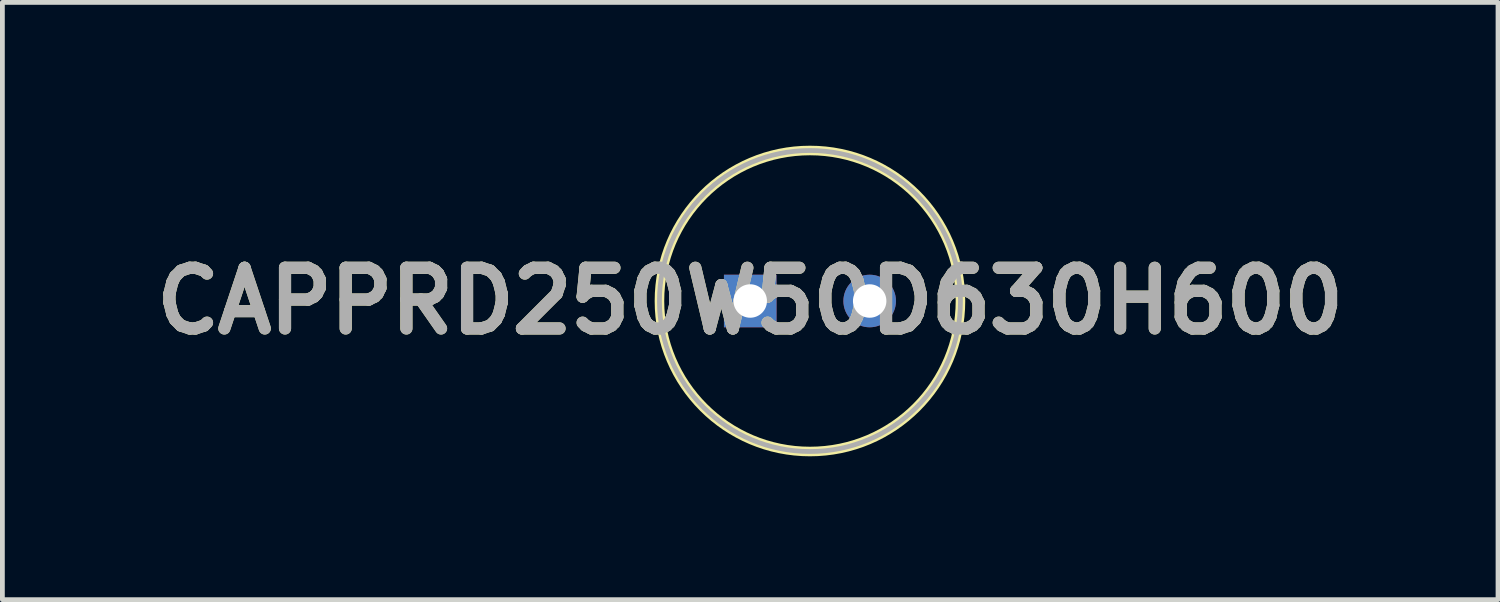
<source format=kicad_pcb>
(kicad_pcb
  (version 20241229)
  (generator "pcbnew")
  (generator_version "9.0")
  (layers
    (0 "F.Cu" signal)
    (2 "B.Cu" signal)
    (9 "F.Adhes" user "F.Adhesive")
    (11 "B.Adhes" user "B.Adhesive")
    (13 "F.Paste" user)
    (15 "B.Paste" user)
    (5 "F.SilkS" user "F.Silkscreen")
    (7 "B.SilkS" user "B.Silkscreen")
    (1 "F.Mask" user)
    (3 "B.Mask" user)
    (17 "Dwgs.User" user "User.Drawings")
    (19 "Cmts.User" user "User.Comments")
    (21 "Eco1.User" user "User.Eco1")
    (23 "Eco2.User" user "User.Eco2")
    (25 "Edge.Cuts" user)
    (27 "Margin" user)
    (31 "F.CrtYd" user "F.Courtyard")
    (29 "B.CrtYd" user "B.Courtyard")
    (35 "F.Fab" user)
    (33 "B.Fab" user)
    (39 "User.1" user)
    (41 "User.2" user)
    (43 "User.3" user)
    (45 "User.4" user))
  (footprint "CAPPRD250W50D630H600"
    (layer "F.Cu")
    (at 12.652 3.25)
    (property "Reference" "CAPPRD250W50D630H600" (at 0 0 0) (layer "F.SilkS") (effects (font (size 1.27 1.27) (thickness 0.254))))
    (attr through_hole)
    (fp_circle (center 1.25 0) (end 1.25 3.15) (stroke (width 0.2) (type solid)) (fill no) (layer "F.SilkS"))
    (fp_circle (center 1.25 0) (end 1.25 3.15) (stroke (width 0.1) (type solid)) (fill no) (layer "F.Fab"))
    (fp_text user "${REFERENCE}" (at 0 0 0) (layer "F.Fab") (effects (font (size 1.27 1.27) (thickness 0.254))))
    (pad "1" thru_hole rect (at 0 0) (size 1.1 1.1) (drill 0.7) (layers "*.Cu" "*.Mask"))
    (pad "2" thru_hole circle (at 2.5 0) (size 1.1 1.1) (drill 0.7) (layers "*.Cu" "*.Mask")))
  (gr_rect
    (start -3 -3)
    (end 28.303 9.5)
    (stroke (width 0.1) (type default))
    (fill no)
    (layer "Edge.Cuts")))
</source>
